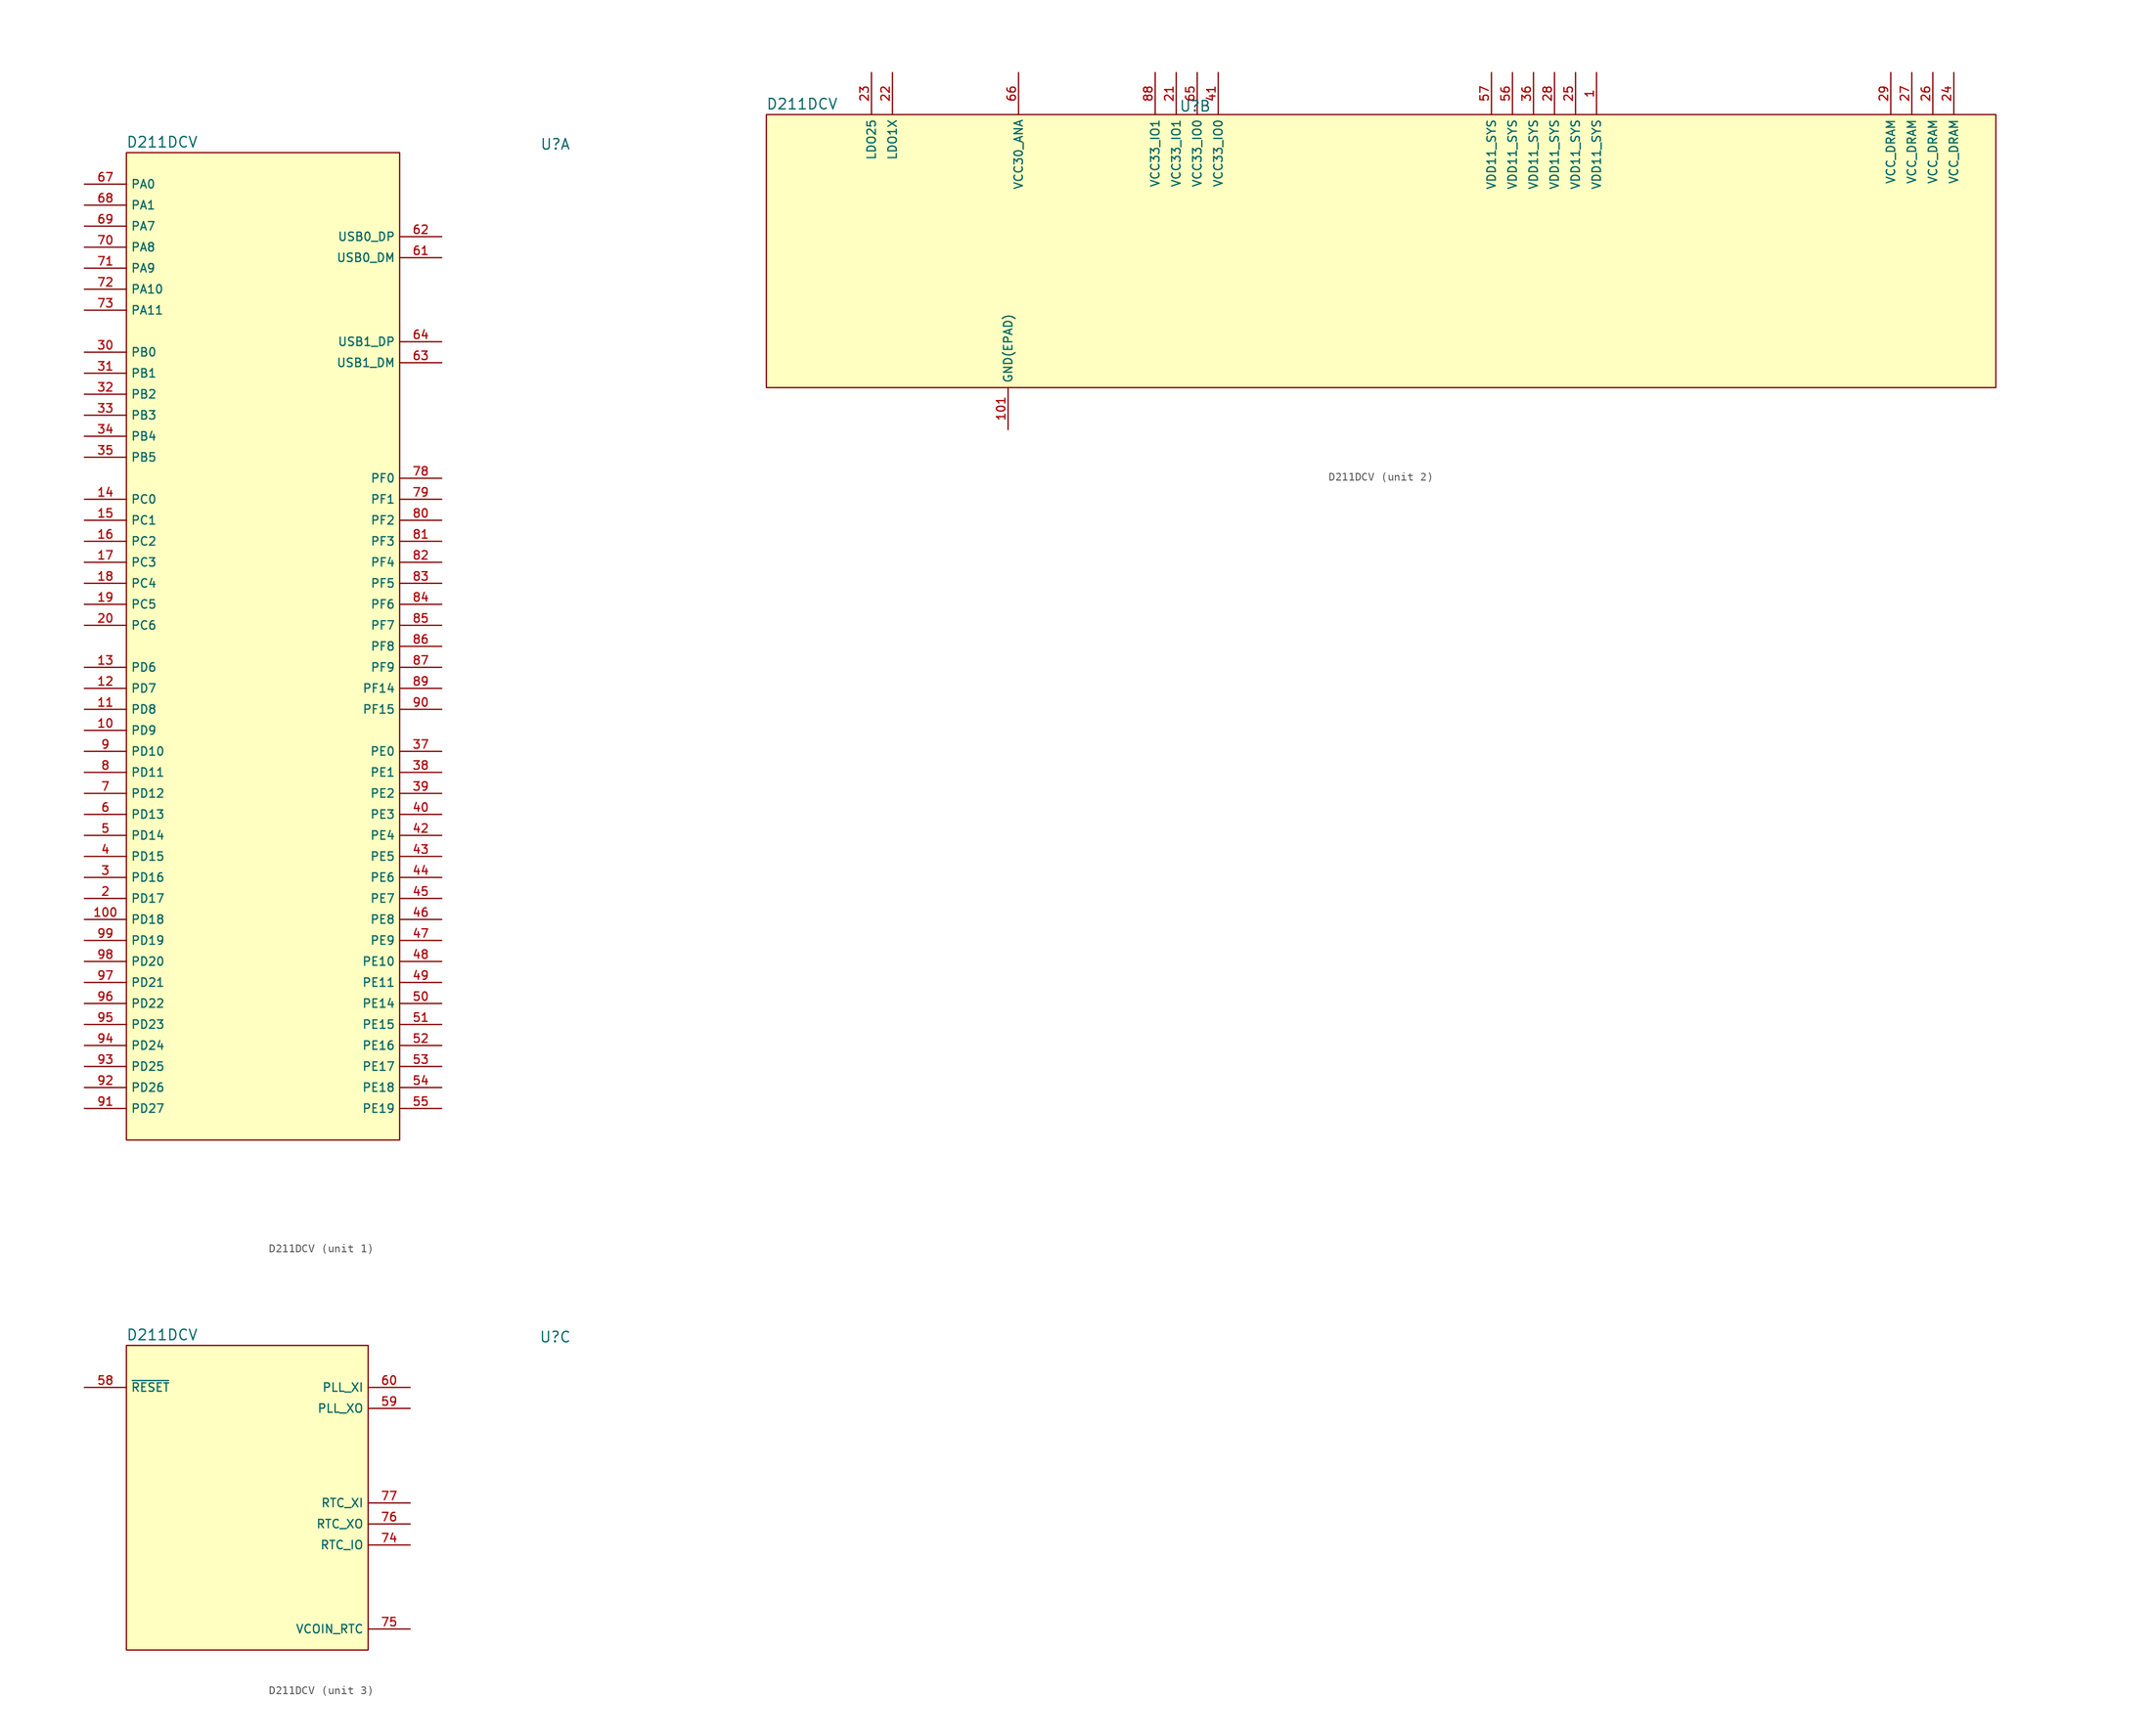
<source format=kicad_sym>
(kicad_symbol_lib
  (version 20231120)
  (generator "kicad_symbol_editor")
  (generator_version "8.0")
  (symbol "D211DCV"
    (property "Reference" "U"
      (at 51.816 1.016 0)
      (effects (font (size 1.27 1.27))))
    (property "Value" "D211DCV"
      (at 4.318 1.27 0)
      (effects (font (size 1.27 1.27))))
    (property "ki_locked" ""
      (at 0 0 0)
      (effects (font (size 1.27 1.27))))
    (symbol "D211DCV_1_0"
      (pin bidirectional line (at -5.08 -69.85 0) (length 5.08) (name "PD9" (effects (font (size 1.016 1.016)))) (number "10" (effects (font (size 1.016 1.016)))))
      (pin bidirectional line (at -5.08 -92.71 0) (length 5.08) (name "PD18" (effects (font (size 1.016 1.016)))) (number "100" (effects (font (size 1.016 1.016)))))
      (pin bidirectional line (at -5.08 -67.31 0) (length 5.08) (name "PD8" (effects (font (size 1.016 1.016)))) (number "11" (effects (font (size 1.016 1.016)))))
      (pin bidirectional line (at -5.08 -64.77 0) (length 5.08) (name "PD7" (effects (font (size 1.016 1.016)))) (number "12" (effects (font (size 1.016 1.016)))))
      (pin bidirectional line (at -5.08 -62.23 0) (length 5.08) (name "PD6" (effects (font (size 1.016 1.016)))) (number "13" (effects (font (size 1.016 1.016)))))
      (pin bidirectional line (at -5.08 -41.91 0) (length 5.08) (name "PC0" (effects (font (size 1.016 1.016)))) (number "14" (effects (font (size 1.016 1.016)))))
      (pin bidirectional line (at -5.08 -44.45 0) (length 5.08) (name "PC1" (effects (font (size 1.016 1.016)))) (number "15" (effects (font (size 1.016 1.016)))))
      (pin bidirectional line (at -5.08 -46.99 0) (length 5.08) (name "PC2" (effects (font (size 1.016 1.016)))) (number "16" (effects (font (size 1.016 1.016)))))
      (pin bidirectional line (at -5.08 -49.53 0) (length 5.08) (name "PC3" (effects (font (size 1.016 1.016)))) (number "17" (effects (font (size 1.016 1.016)))))
      (pin bidirectional line (at -5.08 -52.07 0) (length 5.08) (name "PC4" (effects (font (size 1.016 1.016)))) (number "18" (effects (font (size 1.016 1.016)))))
      (pin bidirectional line (at -5.08 -54.61 0) (length 5.08) (name "PC5" (effects (font (size 1.016 1.016)))) (number "19" (effects (font (size 1.016 1.016)))))
      (pin bidirectional line (at -5.08 -90.17 0) (length 5.08) (name "PD17" (effects (font (size 1.016 1.016)))) (number "2" (effects (font (size 1.016 1.016)))))
      (pin bidirectional line (at -5.08 -57.15 0) (length 5.08) (name "PC6" (effects (font (size 1.016 1.016)))) (number "20" (effects (font (size 1.016 1.016)))))
      (pin bidirectional line (at -5.08 -87.63 0) (length 5.08) (name "PD16" (effects (font (size 1.016 1.016)))) (number "3" (effects (font (size 1.016 1.016)))))
      (pin bidirectional line (at -5.08 -24.13 0) (length 5.08) (name "PB0" (effects (font (size 1.016 1.016)))) (number "30" (effects (font (size 1.016 1.016)))))
      (pin bidirectional line (at -5.08 -26.67 0) (length 5.08) (name "PB1" (effects (font (size 1.016 1.016)))) (number "31" (effects (font (size 1.016 1.016)))))
      (pin bidirectional line (at -5.08 -29.21 0) (length 5.08) (name "PB2" (effects (font (size 1.016 1.016)))) (number "32" (effects (font (size 1.016 1.016)))))
      (pin bidirectional line (at -5.08 -31.75 0) (length 5.08) (name "PB3" (effects (font (size 1.016 1.016)))) (number "33" (effects (font (size 1.016 1.016)))))
      (pin bidirectional line (at -5.08 -34.29 0) (length 5.08) (name "PB4" (effects (font (size 1.016 1.016)))) (number "34" (effects (font (size 1.016 1.016)))))
      (pin bidirectional line (at -5.08 -36.83 0) (length 5.08) (name "PB5" (effects (font (size 1.016 1.016)))) (number "35" (effects (font (size 1.016 1.016)))))
      (pin bidirectional line (at 38.1 -72.39 180) (length 5.08) (name "PE0" (effects (font (size 1.016 1.016)))) (number "37" (effects (font (size 1.016 1.016)))))
      (pin bidirectional line (at 38.1 -74.93 180) (length 5.08) (name "PE1" (effects (font (size 1.016 1.016)))) (number "38" (effects (font (size 1.016 1.016)))))
      (pin bidirectional line (at 38.1 -77.47 180) (length 5.08) (name "PE2" (effects (font (size 1.016 1.016)))) (number "39" (effects (font (size 1.016 1.016)))))
      (pin bidirectional line (at -5.08 -85.09 0) (length 5.08) (name "PD15" (effects (font (size 1.016 1.016)))) (number "4" (effects (font (size 1.016 1.016)))))
      (pin bidirectional line (at 38.1 -80.01 180) (length 5.08) (name "PE3" (effects (font (size 1.016 1.016)))) (number "40" (effects (font (size 1.016 1.016)))))
      (pin bidirectional line (at 38.1 -82.55 180) (length 5.08) (name "PE4" (effects (font (size 1.016 1.016)))) (number "42" (effects (font (size 1.016 1.016)))))
      (pin bidirectional line (at 38.1 -85.09 180) (length 5.08) (name "PE5" (effects (font (size 1.016 1.016)))) (number "43" (effects (font (size 1.016 1.016)))))
      (pin bidirectional line (at 38.1 -87.63 180) (length 5.08) (name "PE6" (effects (font (size 1.016 1.016)))) (number "44" (effects (font (size 1.016 1.016)))))
      (pin bidirectional line (at 38.1 -90.17 180) (length 5.08) (name "PE7" (effects (font (size 1.016 1.016)))) (number "45" (effects (font (size 1.016 1.016)))))
      (pin bidirectional line (at 38.1 -92.71 180) (length 5.08) (name "PE8" (effects (font (size 1.016 1.016)))) (number "46" (effects (font (size 1.016 1.016)))))
      (pin bidirectional line (at 38.1 -95.25 180) (length 5.08) (name "PE9" (effects (font (size 1.016 1.016)))) (number "47" (effects (font (size 1.016 1.016)))))
      (pin bidirectional line (at 38.1 -97.79 180) (length 5.08) (name "PE10" (effects (font (size 1.016 1.016)))) (number "48" (effects (font (size 1.016 1.016)))))
      (pin bidirectional line (at 38.1 -100.33 180) (length 5.08) (name "PE11" (effects (font (size 1.016 1.016)))) (number "49" (effects (font (size 1.016 1.016)))))
      (pin bidirectional line (at -5.08 -82.55 0) (length 5.08) (name "PD14" (effects (font (size 1.016 1.016)))) (number "5" (effects (font (size 1.016 1.016)))))
      (pin bidirectional line (at 38.1 -102.87 180) (length 5.08) (name "PE14" (effects (font (size 1.016 1.016)))) (number "50" (effects (font (size 1.016 1.016)))))
      (pin bidirectional line (at 38.1 -105.41 180) (length 5.08) (name "PE15" (effects (font (size 1.016 1.016)))) (number "51" (effects (font (size 1.016 1.016)))))
      (pin bidirectional line (at 38.1 -107.95 180) (length 5.08) (name "PE16" (effects (font (size 1.016 1.016)))) (number "52" (effects (font (size 1.016 1.016)))))
      (pin bidirectional line (at 38.1 -110.49 180) (length 5.08) (name "PE17" (effects (font (size 1.016 1.016)))) (number "53" (effects (font (size 1.016 1.016)))))
      (pin bidirectional line (at 38.1 -113.03 180) (length 5.08) (name "PE18" (effects (font (size 1.016 1.016)))) (number "54" (effects (font (size 1.016 1.016)))))
      (pin bidirectional line (at 38.1 -115.57 180) (length 5.08) (name "PE19" (effects (font (size 1.016 1.016)))) (number "55" (effects (font (size 1.016 1.016)))))
      (pin bidirectional line (at -5.08 -80.01 0) (length 5.08) (name "PD13" (effects (font (size 1.016 1.016)))) (number "6" (effects (font (size 1.016 1.016)))))
      (pin bidirectional line (at 38.1 -12.7 180) (length 5.08) (name "USB0_DM" (effects (font (size 1.016 1.016)))) (number "61" (effects (font (size 1.016 1.016)))))
      (pin bidirectional line (at 38.1 -10.16 180) (length 5.08) (name "USB0_DP" (effects (font (size 1.016 1.016)))) (number "62" (effects (font (size 1.016 1.016)))))
      (pin bidirectional line (at 38.1 -25.4 180) (length 5.08) (name "USB1_DM" (effects (font (size 1.016 1.016)))) (number "63" (effects (font (size 1.016 1.016)))))
      (pin bidirectional line (at 38.1 -22.86 180) (length 5.08) (name "USB1_DP" (effects (font (size 1.016 1.016)))) (number "64" (effects (font (size 1.016 1.016)))))
      (pin bidirectional line (at -5.08 -3.81 0) (length 5.08) (name "PA0" (effects (font (size 1.016 1.016)))) (number "67" (effects (font (size 1.016 1.016)))))
      (pin bidirectional line (at -5.08 -6.35 0) (length 5.08) (name "PA1" (effects (font (size 1.016 1.016)))) (number "68" (effects (font (size 1.016 1.016)))))
      (pin bidirectional line (at -5.08 -8.89 0) (length 5.08) (name "PA7" (effects (font (size 1.016 1.016)))) (number "69" (effects (font (size 1.016 1.016)))))
      (pin bidirectional line (at -5.08 -77.47 0) (length 5.08) (name "PD12" (effects (font (size 1.016 1.016)))) (number "7" (effects (font (size 1.016 1.016)))))
      (pin bidirectional line (at -5.08 -11.43 0) (length 5.08) (name "PA8" (effects (font (size 1.016 1.016)))) (number "70" (effects (font (size 1.016 1.016)))))
      (pin bidirectional line (at -5.08 -13.97 0) (length 5.08) (name "PA9" (effects (font (size 1.016 1.016)))) (number "71" (effects (font (size 1.016 1.016)))))
      (pin bidirectional line (at -5.08 -16.51 0) (length 5.08) (name "PA10" (effects (font (size 1.016 1.016)))) (number "72" (effects (font (size 1.016 1.016)))))
      (pin bidirectional line (at -5.08 -19.05 0) (length 5.08) (name "PA11" (effects (font (size 1.016 1.016)))) (number "73" (effects (font (size 1.016 1.016)))))
      (pin bidirectional line (at 38.1 -39.37 180) (length 5.08) (name "PF0" (effects (font (size 1.016 1.016)))) (number "78" (effects (font (size 1.016 1.016)))))
      (pin bidirectional line (at 38.1 -41.91 180) (length 5.08) (name "PF1" (effects (font (size 1.016 1.016)))) (number "79" (effects (font (size 1.016 1.016)))))
      (pin bidirectional line (at -5.08 -74.93 0) (length 5.08) (name "PD11" (effects (font (size 1.016 1.016)))) (number "8" (effects (font (size 1.016 1.016)))))
      (pin bidirectional line (at 38.1 -44.45 180) (length 5.08) (name "PF2" (effects (font (size 1.016 1.016)))) (number "80" (effects (font (size 1.016 1.016)))))
      (pin bidirectional line (at 38.1 -46.99 180) (length 5.08) (name "PF3" (effects (font (size 1.016 1.016)))) (number "81" (effects (font (size 1.016 1.016)))))
      (pin bidirectional line (at 38.1 -49.53 180) (length 5.08) (name "PF4" (effects (font (size 1.016 1.016)))) (number "82" (effects (font (size 1.016 1.016)))))
      (pin bidirectional line (at 38.1 -52.07 180) (length 5.08) (name "PF5" (effects (font (size 1.016 1.016)))) (number "83" (effects (font (size 1.016 1.016)))))
      (pin bidirectional line (at 38.1 -54.61 180) (length 5.08) (name "PF6" (effects (font (size 1.016 1.016)))) (number "84" (effects (font (size 1.016 1.016)))))
      (pin bidirectional line (at 38.1 -57.15 180) (length 5.08) (name "PF7" (effects (font (size 1.016 1.016)))) (number "85" (effects (font (size 1.016 1.016)))))
      (pin bidirectional line (at 38.1 -59.69 180) (length 5.08) (name "PF8" (effects (font (size 1.016 1.016)))) (number "86" (effects (font (size 1.016 1.016)))))
      (pin bidirectional line (at 38.1 -62.23 180) (length 5.08) (name "PF9" (effects (font (size 1.016 1.016)))) (number "87" (effects (font (size 1.016 1.016)))))
      (pin bidirectional line (at 38.1 -64.77 180) (length 5.08) (name "PF14" (effects (font (size 1.016 1.016)))) (number "89" (effects (font (size 1.016 1.016)))))
      (pin bidirectional line (at -5.08 -72.39 0) (length 5.08) (name "PD10" (effects (font (size 1.016 1.016)))) (number "9" (effects (font (size 1.016 1.016)))))
      (pin bidirectional line (at 38.1 -67.31 180) (length 5.08) (name "PF15" (effects (font (size 1.016 1.016)))) (number "90" (effects (font (size 1.016 1.016)))))
      (pin bidirectional line (at -5.08 -115.57 0) (length 5.08) (name "PD27" (effects (font (size 1.016 1.016)))) (number "91" (effects (font (size 1.016 1.016)))))
      (pin bidirectional line (at -5.08 -113.03 0) (length 5.08) (name "PD26" (effects (font (size 1.016 1.016)))) (number "92" (effects (font (size 1.016 1.016)))))
      (pin bidirectional line (at -5.08 -110.49 0) (length 5.08) (name "PD25" (effects (font (size 1.016 1.016)))) (number "93" (effects (font (size 1.016 1.016)))))
      (pin bidirectional line (at -5.08 -107.95 0) (length 5.08) (name "PD24" (effects (font (size 1.016 1.016)))) (number "94" (effects (font (size 1.016 1.016)))))
      (pin bidirectional line (at -5.08 -105.41 0) (length 5.08) (name "PD23" (effects (font (size 1.016 1.016)))) (number "95" (effects (font (size 1.016 1.016)))))
      (pin bidirectional line (at -5.08 -102.87 0) (length 5.08) (name "PD22" (effects (font (size 1.016 1.016)))) (number "96" (effects (font (size 1.016 1.016)))))
      (pin bidirectional line (at -5.08 -100.33 0) (length 5.08) (name "PD21" (effects (font (size 1.016 1.016)))) (number "97" (effects (font (size 1.016 1.016)))))
      (pin bidirectional line (at -5.08 -97.79 0) (length 5.08) (name "PD20" (effects (font (size 1.016 1.016)))) (number "98" (effects (font (size 1.016 1.016)))))
      (pin bidirectional line (at -5.08 -95.25 0) (length 5.08) (name "PD19" (effects (font (size 1.016 1.016)))) (number "99" (effects (font (size 1.016 1.016))))))
    (symbol "D211DCV_1_1"
      (rectangle (start 0 0) (end 33.02 -119.38) (stroke (width 0) (type default)) (fill (type background))))
    (symbol "D211DCV_2_0"
      (pin power_in line (at 100.33 5.08 270) (length 5.08) (name "VDD11_SYS" (effects (font (size 1.016 1.016)))) (number "1" (effects (font (size 1.016 1.016)))))
      (pin power_in line (at 29.21 -38.1 90) (length 5.08) (name "GND(EPAD)" (effects (font (size 1.016 1.016)))) (number "101" (effects (font (size 1.016 1.016)))))
      (pin power_in line (at 49.53 5.08 270) (length 5.08) (name "VCC33_IO1" (effects (font (size 1.016 1.016)))) (number "21" (effects (font (size 1.016 1.016)))))
      (pin power_in line (at 15.24 5.08 270) (length 5.08) (name "LDO1X" (effects (font (size 1.016 1.016)))) (number "22" (effects (font (size 1.016 1.016)))))
      (pin power_in line (at 12.7 5.08 270) (length 5.08) (name "LDO25" (effects (font (size 1.016 1.016)))) (number "23" (effects (font (size 1.016 1.016)))))
      (pin power_in line (at 143.51 5.08 270) (length 5.08) (name "VCC_DRAM" (effects (font (size 1.016 1.016)))) (number "24" (effects (font (size 1.016 1.016)))))
      (pin power_in line (at 97.79 5.08 270) (length 5.08) (name "VDD11_SYS" (effects (font (size 1.016 1.016)))) (number "25" (effects (font (size 1.016 1.016)))))
      (pin power_in line (at 140.97 5.08 270) (length 5.08) (name "VCC_DRAM" (effects (font (size 1.016 1.016)))) (number "26" (effects (font (size 1.016 1.016)))))
      (pin power_in line (at 138.43 5.08 270) (length 5.08) (name "VCC_DRAM" (effects (font (size 1.016 1.016)))) (number "27" (effects (font (size 1.016 1.016)))))
      (pin power_in line (at 95.25 5.08 270) (length 5.08) (name "VDD11_SYS" (effects (font (size 1.016 1.016)))) (number "28" (effects (font (size 1.016 1.016)))))
      (pin power_in line (at 135.89 5.08 270) (length 5.08) (name "VCC_DRAM" (effects (font (size 1.016 1.016)))) (number "29" (effects (font (size 1.016 1.016)))))
      (pin power_in line (at 92.71 5.08 270) (length 5.08) (name "VDD11_SYS" (effects (font (size 1.016 1.016)))) (number "36" (effects (font (size 1.016 1.016)))))
      (pin power_in line (at 54.61 5.08 270) (length 5.08) (name "VCC33_IO0" (effects (font (size 1.016 1.016)))) (number "41" (effects (font (size 1.016 1.016)))))
      (pin power_in line (at 90.17 5.08 270) (length 5.08) (name "VDD11_SYS" (effects (font (size 1.016 1.016)))) (number "56" (effects (font (size 1.016 1.016)))))
      (pin power_in line (at 87.63 5.08 270) (length 5.08) (name "VDD11_SYS" (effects (font (size 1.016 1.016)))) (number "57" (effects (font (size 1.016 1.016)))))
      (pin power_in line (at 52.07 5.08 270) (length 5.08) (name "VCC33_IO0" (effects (font (size 1.016 1.016)))) (number "65" (effects (font (size 1.016 1.016)))))
      (pin power_in line (at 30.48 5.08 270) (length 5.08) (name "VCC30_ANA" (effects (font (size 1.016 1.016)))) (number "66" (effects (font (size 1.016 1.016)))))
      (pin power_in line (at 46.99 5.08 270) (length 5.08) (name "VCC33_IO1" (effects (font (size 1.016 1.016)))) (number "88" (effects (font (size 1.016 1.016))))))
    (symbol "D211DCV_2_1"
      (rectangle (start 0 0) (end 148.59 -33.02) (stroke (width 0) (type default)) (fill (type background))))
    (symbol "D211DCV_3_0"
      (pin input line (at -5.08 -5.08 0) (length 5.08) (name "~{RESET}" (effects (font (size 1.016 1.016)))) (number "58" (effects (font (size 1.016 1.016)))))
      (pin output line (at 34.29 -7.62 180) (length 5.08) (name "PLL_XO" (effects (font (size 1.016 1.016)))) (number "59" (effects (font (size 1.016 1.016)))))
      (pin input line (at 34.29 -5.08 180) (length 5.08) (name "PLL_XI" (effects (font (size 1.016 1.016)))) (number "60" (effects (font (size 1.016 1.016)))))
      (pin bidirectional line (at 34.29 -24.13 180) (length 5.08) (name "RTC_IO" (effects (font (size 1.016 1.016)))) (number "74" (effects (font (size 1.016 1.016)))))
      (pin power_in line (at 34.29 -34.29 180) (length 5.08) (name "VCOIN_RTC" (effects (font (size 1.016 1.016)))) (number "75" (effects (font (size 1.016 1.016)))))
      (pin output line (at 34.29 -21.59 180) (length 5.08) (name "RTC_XO" (effects (font (size 1.016 1.016)))) (number "76" (effects (font (size 1.016 1.016)))))
      (pin input line (at 34.29 -19.05 180) (length 5.08) (name "RTC_XI" (effects (font (size 1.016 1.016)))) (number "77" (effects (font (size 1.016 1.016))))))
    (symbol "D211DCV_3_1"
      (rectangle (start 0 0) (end 29.21 -36.83) (stroke (width 0) (type default)) (fill (type background))))))
</source>
